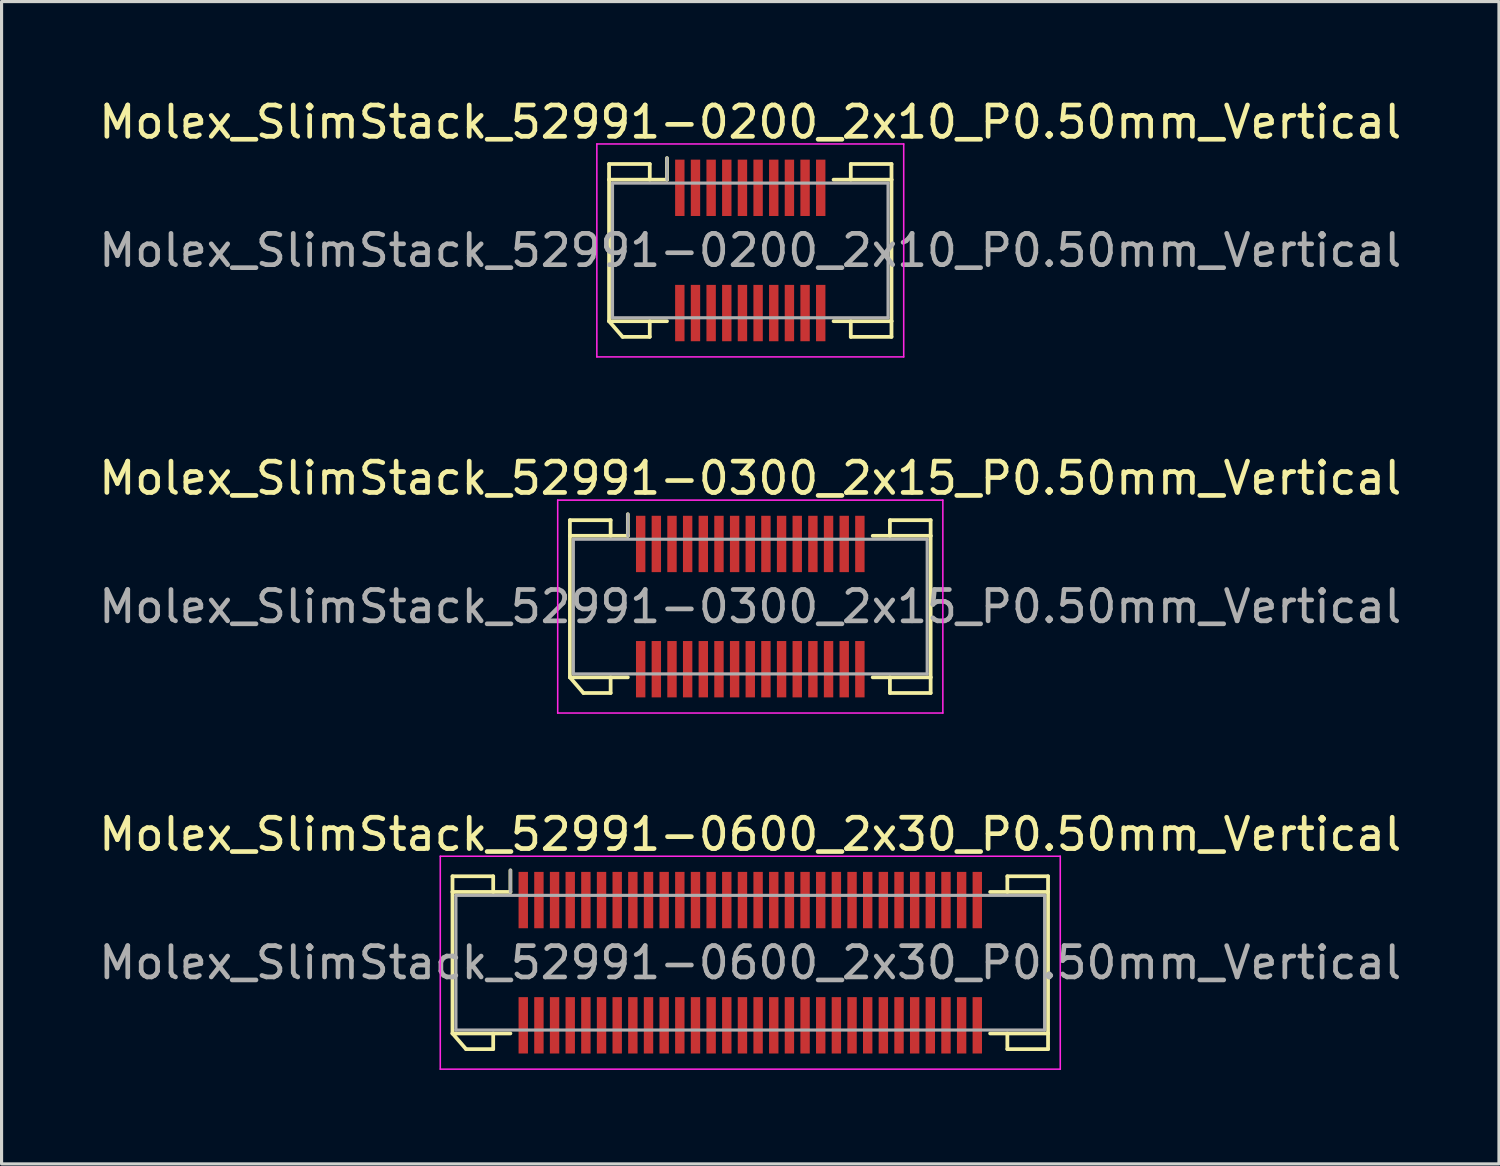
<source format=kicad_pcb>
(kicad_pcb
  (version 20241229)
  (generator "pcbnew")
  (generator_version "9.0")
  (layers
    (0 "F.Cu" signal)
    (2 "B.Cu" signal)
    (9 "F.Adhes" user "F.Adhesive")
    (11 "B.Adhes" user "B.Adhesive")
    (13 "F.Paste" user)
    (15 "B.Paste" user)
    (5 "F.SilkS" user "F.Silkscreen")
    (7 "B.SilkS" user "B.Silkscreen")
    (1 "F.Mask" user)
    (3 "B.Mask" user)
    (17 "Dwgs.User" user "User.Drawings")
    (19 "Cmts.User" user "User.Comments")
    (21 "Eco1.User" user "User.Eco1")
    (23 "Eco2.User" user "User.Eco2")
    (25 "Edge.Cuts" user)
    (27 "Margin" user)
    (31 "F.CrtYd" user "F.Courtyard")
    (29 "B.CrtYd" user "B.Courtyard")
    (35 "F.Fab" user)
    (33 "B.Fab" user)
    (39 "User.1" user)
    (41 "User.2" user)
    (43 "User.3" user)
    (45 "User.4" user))
  (footprint "Molex_SlimStack_52991-0600_2x30_P0.50mm_Vertical"
    (layer "F.Cu")
    (at 20.911 27.695)
    (property "Reference" "Molex_SlimStack_52991-0600_2x30_P0.50mm_Vertical" (at 0 -4.1 0) (layer "F.SilkS") (effects (font (size 1 1) (thickness 0.15))))
    (attr smd)
    (fp_line (start -9.51 -2.76) (end -8.21 -2.76) (stroke (width 0.12) (type solid)) (layer "F.SilkS"))
    (fp_line (start -9.51 -2.26) (end -9.51 -2.76) (stroke (width 0.12) (type solid)) (layer "F.SilkS"))
    (fp_line (start -9.51 -2.26) (end -7.66 -2.26) (stroke (width 0.12) (type solid)) (layer "F.SilkS"))
    (fp_line (start -9.51 2.26) (end -9.51 -2.26) (stroke (width 0.12) (type solid)) (layer "F.SilkS"))
    (fp_line (start -9.51 2.26) (end -9.077 2.76) (stroke (width 0.12) (type solid)) (layer "F.SilkS"))
    (fp_line (start -9.077 2.76) (end -8.21 2.76) (stroke (width 0.12) (type solid)) (layer "F.SilkS"))
    (fp_line (start -8.21 -2.76) (end -8.21 -2.26) (stroke (width 0.12) (type solid)) (layer "F.SilkS"))
    (fp_line (start -8.21 2.76) (end -8.21 2.26) (stroke (width 0.12) (type solid)) (layer "F.SilkS"))
    (fp_line (start -7.66 -2.26) (end -7.66 -2.95) (stroke (width 0.12) (type solid)) (layer "F.SilkS"))
    (fp_line (start -7.66 2.26) (end -9.51 2.26) (stroke (width 0.12) (type solid)) (layer "F.SilkS"))
    (fp_line (start 7.66 2.26) (end 9.51 2.26) (stroke (width 0.12) (type solid)) (layer "F.SilkS"))
    (fp_line (start 8.21 -2.76) (end 8.21 -2.26) (stroke (width 0.12) (type solid)) (layer "F.SilkS"))
    (fp_line (start 8.21 2.76) (end 8.21 2.26) (stroke (width 0.12) (type solid)) (layer "F.SilkS"))
    (fp_line (start 9.51 -2.76) (end 8.21 -2.76) (stroke (width 0.12) (type solid)) (layer "F.SilkS"))
    (fp_line (start 9.51 -2.26) (end 7.66 -2.26) (stroke (width 0.12) (type solid)) (layer "F.SilkS"))
    (fp_line (start 9.51 -2.26) (end 9.51 -2.76) (stroke (width 0.12) (type solid)) (layer "F.SilkS"))
    (fp_line (start 9.51 2.26) (end 9.51 -2.26) (stroke (width 0.12) (type solid)) (layer "F.SilkS"))
    (fp_line (start 9.51 2.26) (end 9.51 2.76) (stroke (width 0.12) (type solid)) (layer "F.SilkS"))
    (fp_line (start 9.51 2.76) (end 8.21 2.76) (stroke (width 0.12) (type solid)) (layer "F.SilkS"))
    (fp_line (start -9.9 -3.4) (end -9.9 3.4) (stroke (width 0.05) (type solid)) (layer "F.CrtYd"))
    (fp_line (start -9.9 3.4) (end 9.9 3.4) (stroke (width 0.05) (type solid)) (layer "F.CrtYd"))
    (fp_line (start 9.9 -3.4) (end -9.9 -3.4) (stroke (width 0.05) (type solid)) (layer "F.CrtYd"))
    (fp_line (start 9.9 3.4) (end 9.9 -3.4) (stroke (width 0.05) (type solid)) (layer "F.CrtYd"))
    (fp_line (start -9.4 -2.15) (end -9.4 2.15) (stroke (width 0.1) (type solid)) (layer "F.Fab"))
    (fp_line (start -9.4 2.15) (end 9.4 2.15) (stroke (width 0.1) (type solid)) (layer "F.Fab"))
    (fp_line (start -7.66 -2.26) (end -7.66 -2.95) (stroke (width 0.1) (type solid)) (layer "F.Fab"))
    (fp_line (start 9.4 -2.15) (end -9.4 -2.15) (stroke (width 0.1) (type solid)) (layer "F.Fab"))
    (fp_line (start 9.4 2.15) (end 9.4 -2.15) (stroke (width 0.1) (type solid)) (layer "F.Fab"))
    (fp_text user "${REFERENCE}" (at 0 0 0) (layer "F.Fab") (effects (font (size 1 1) (thickness 0.15))))
    (pad "1" smd rect (at -7.25 -2) (size 0.3 1.8) (layers "F.Cu" "F.Mask" "F.Paste"))
    (pad "2" smd rect (at -7.25 2) (size 0.3 1.8) (layers "F.Cu" "F.Mask" "F.Paste"))
    (pad "3" smd rect (at -6.75 -2) (size 0.3 1.8) (layers "F.Cu" "F.Mask" "F.Paste"))
    (pad "4" smd rect (at -6.75 2) (size 0.3 1.8) (layers "F.Cu" "F.Mask" "F.Paste"))
    (pad "5" smd rect (at -6.25 -2) (size 0.3 1.8) (layers "F.Cu" "F.Mask" "F.Paste"))
    (pad "6" smd rect (at -6.25 2) (size 0.3 1.8) (layers "F.Cu" "F.Mask" "F.Paste"))
    (pad "7" smd rect (at -5.75 -2) (size 0.3 1.8) (layers "F.Cu" "F.Mask" "F.Paste"))
    (pad "8" smd rect (at -5.75 2) (size 0.3 1.8) (layers "F.Cu" "F.Mask" "F.Paste"))
    (pad "9" smd rect (at -5.25 -2) (size 0.3 1.8) (layers "F.Cu" "F.Mask" "F.Paste"))
    (pad "10" smd rect (at -5.25 2) (size 0.3 1.8) (layers "F.Cu" "F.Mask" "F.Paste"))
    (pad "11" smd rect (at -4.75 -2) (size 0.3 1.8) (layers "F.Cu" "F.Mask" "F.Paste"))
    (pad "12" smd rect (at -4.75 2) (size 0.3 1.8) (layers "F.Cu" "F.Mask" "F.Paste"))
    (pad "13" smd rect (at -4.25 -2) (size 0.3 1.8) (layers "F.Cu" "F.Mask" "F.Paste"))
    (pad "14" smd rect (at -4.25 2) (size 0.3 1.8) (layers "F.Cu" "F.Mask" "F.Paste"))
    (pad "15" smd rect (at -3.75 -2) (size 0.3 1.8) (layers "F.Cu" "F.Mask" "F.Paste"))
    (pad "16" smd rect (at -3.75 2) (size 0.3 1.8) (layers "F.Cu" "F.Mask" "F.Paste"))
    (pad "17" smd rect (at -3.25 -2) (size 0.3 1.8) (layers "F.Cu" "F.Mask" "F.Paste"))
    (pad "18" smd rect (at -3.25 2) (size 0.3 1.8) (layers "F.Cu" "F.Mask" "F.Paste"))
    (pad "19" smd rect (at -2.75 -2) (size 0.3 1.8) (layers "F.Cu" "F.Mask" "F.Paste"))
    (pad "20" smd rect (at -2.75 2) (size 0.3 1.8) (layers "F.Cu" "F.Mask" "F.Paste"))
    (pad "21" smd rect (at -2.25 -2) (size 0.3 1.8) (layers "F.Cu" "F.Mask" "F.Paste"))
    (pad "22" smd rect (at -2.25 2) (size 0.3 1.8) (layers "F.Cu" "F.Mask" "F.Paste"))
    (pad "23" smd rect (at -1.75 -2) (size 0.3 1.8) (layers "F.Cu" "F.Mask" "F.Paste"))
    (pad "24" smd rect (at -1.75 2) (size 0.3 1.8) (layers "F.Cu" "F.Mask" "F.Paste"))
    (pad "25" smd rect (at -1.25 -2) (size 0.3 1.8) (layers "F.Cu" "F.Mask" "F.Paste"))
    (pad "26" smd rect (at -1.25 2) (size 0.3 1.8) (layers "F.Cu" "F.Mask" "F.Paste"))
    (pad "27" smd rect (at -0.75 -2) (size 0.3 1.8) (layers "F.Cu" "F.Mask" "F.Paste"))
    (pad "28" smd rect (at -0.75 2) (size 0.3 1.8) (layers "F.Cu" "F.Mask" "F.Paste"))
    (pad "29" smd rect (at -0.25 -2) (size 0.3 1.8) (layers "F.Cu" "F.Mask" "F.Paste"))
    (pad "30" smd rect (at -0.25 2) (size 0.3 1.8) (layers "F.Cu" "F.Mask" "F.Paste"))
    (pad "31" smd rect (at 0.25 -2) (size 0.3 1.8) (layers "F.Cu" "F.Mask" "F.Paste"))
    (pad "32" smd rect (at 0.25 2) (size 0.3 1.8) (layers "F.Cu" "F.Mask" "F.Paste"))
    (pad "33" smd rect (at 0.75 -2) (size 0.3 1.8) (layers "F.Cu" "F.Mask" "F.Paste"))
    (pad "34" smd rect (at 0.75 2) (size 0.3 1.8) (layers "F.Cu" "F.Mask" "F.Paste"))
    (pad "35" smd rect (at 1.25 -2) (size 0.3 1.8) (layers "F.Cu" "F.Mask" "F.Paste"))
    (pad "36" smd rect (at 1.25 2) (size 0.3 1.8) (layers "F.Cu" "F.Mask" "F.Paste"))
    (pad "37" smd rect (at 1.75 -2) (size 0.3 1.8) (layers "F.Cu" "F.Mask" "F.Paste"))
    (pad "38" smd rect (at 1.75 2) (size 0.3 1.8) (layers "F.Cu" "F.Mask" "F.Paste"))
    (pad "39" smd rect (at 2.25 -2) (size 0.3 1.8) (layers "F.Cu" "F.Mask" "F.Paste"))
    (pad "40" smd rect (at 2.25 2) (size 0.3 1.8) (layers "F.Cu" "F.Mask" "F.Paste"))
    (pad "41" smd rect (at 2.75 -2) (size 0.3 1.8) (layers "F.Cu" "F.Mask" "F.Paste"))
    (pad "42" smd rect (at 2.75 2) (size 0.3 1.8) (layers "F.Cu" "F.Mask" "F.Paste"))
    (pad "43" smd rect (at 3.25 -2) (size 0.3 1.8) (layers "F.Cu" "F.Mask" "F.Paste"))
    (pad "44" smd rect (at 3.25 2) (size 0.3 1.8) (layers "F.Cu" "F.Mask" "F.Paste"))
    (pad "45" smd rect (at 3.75 -2) (size 0.3 1.8) (layers "F.Cu" "F.Mask" "F.Paste"))
    (pad "46" smd rect (at 3.75 2) (size 0.3 1.8) (layers "F.Cu" "F.Mask" "F.Paste"))
    (pad "47" smd rect (at 4.25 -2) (size 0.3 1.8) (layers "F.Cu" "F.Mask" "F.Paste"))
    (pad "48" smd rect (at 4.25 2) (size 0.3 1.8) (layers "F.Cu" "F.Mask" "F.Paste"))
    (pad "49" smd rect (at 4.75 -2) (size 0.3 1.8) (layers "F.Cu" "F.Mask" "F.Paste"))
    (pad "50" smd rect (at 4.75 2) (size 0.3 1.8) (layers "F.Cu" "F.Mask" "F.Paste"))
    (pad "51" smd rect (at 5.25 -2) (size 0.3 1.8) (layers "F.Cu" "F.Mask" "F.Paste"))
    (pad "52" smd rect (at 5.25 2) (size 0.3 1.8) (layers "F.Cu" "F.Mask" "F.Paste"))
    (pad "53" smd rect (at 5.75 -2) (size 0.3 1.8) (layers "F.Cu" "F.Mask" "F.Paste"))
    (pad "54" smd rect (at 5.75 2) (size 0.3 1.8) (layers "F.Cu" "F.Mask" "F.Paste"))
    (pad "55" smd rect (at 6.25 -2) (size 0.3 1.8) (layers "F.Cu" "F.Mask" "F.Paste"))
    (pad "56" smd rect (at 6.25 2) (size 0.3 1.8) (layers "F.Cu" "F.Mask" "F.Paste"))
    (pad "57" smd rect (at 6.75 -2) (size 0.3 1.8) (layers "F.Cu" "F.Mask" "F.Paste"))
    (pad "58" smd rect (at 6.75 2) (size 0.3 1.8) (layers "F.Cu" "F.Mask" "F.Paste"))
    (pad "59" smd rect (at 7.25 -2) (size 0.3 1.8) (layers "F.Cu" "F.Mask" "F.Paste"))
    (pad "60" smd rect (at 7.25 2) (size 0.3 1.8) (layers "F.Cu" "F.Mask" "F.Paste")))
  (footprint "Molex_SlimStack_52991-0200_2x10_P0.50mm_Vertical"
    (layer "F.Cu")
    (at 20.911 4.948)
    (property "Reference" "Molex_SlimStack_52991-0200_2x10_P0.50mm_Vertical" (at 0 -4.1 0) (layer "F.SilkS") (effects (font (size 1 1) (thickness 0.15))))
    (attr smd)
    (fp_line (start -4.51 -2.76) (end -3.21 -2.76) (stroke (width 0.12) (type solid)) (layer "F.SilkS"))
    (fp_line (start -4.51 -2.26) (end -4.51 -2.76) (stroke (width 0.12) (type solid)) (layer "F.SilkS"))
    (fp_line (start -4.51 -2.26) (end -2.66 -2.26) (stroke (width 0.12) (type solid)) (layer "F.SilkS"))
    (fp_line (start -4.51 2.26) (end -4.51 -2.26) (stroke (width 0.12) (type solid)) (layer "F.SilkS"))
    (fp_line (start -4.51 2.26) (end -4.077 2.76) (stroke (width 0.12) (type solid)) (layer "F.SilkS"))
    (fp_line (start -4.077 2.76) (end -3.21 2.76) (stroke (width 0.12) (type solid)) (layer "F.SilkS"))
    (fp_line (start -3.21 -2.76) (end -3.21 -2.26) (stroke (width 0.12) (type solid)) (layer "F.SilkS"))
    (fp_line (start -3.21 2.76) (end -3.21 2.26) (stroke (width 0.12) (type solid)) (layer "F.SilkS"))
    (fp_line (start -2.66 -2.26) (end -2.66 -2.95) (stroke (width 0.12) (type solid)) (layer "F.SilkS"))
    (fp_line (start -2.66 2.26) (end -4.51 2.26) (stroke (width 0.12) (type solid)) (layer "F.SilkS"))
    (fp_line (start 2.66 2.26) (end 4.51 2.26) (stroke (width 0.12) (type solid)) (layer "F.SilkS"))
    (fp_line (start 3.21 -2.76) (end 3.21 -2.26) (stroke (width 0.12) (type solid)) (layer "F.SilkS"))
    (fp_line (start 3.21 2.76) (end 3.21 2.26) (stroke (width 0.12) (type solid)) (layer "F.SilkS"))
    (fp_line (start 4.51 -2.76) (end 3.21 -2.76) (stroke (width 0.12) (type solid)) (layer "F.SilkS"))
    (fp_line (start 4.51 -2.26) (end 2.66 -2.26) (stroke (width 0.12) (type solid)) (layer "F.SilkS"))
    (fp_line (start 4.51 -2.26) (end 4.51 -2.76) (stroke (width 0.12) (type solid)) (layer "F.SilkS"))
    (fp_line (start 4.51 2.26) (end 4.51 -2.26) (stroke (width 0.12) (type solid)) (layer "F.SilkS"))
    (fp_line (start 4.51 2.26) (end 4.51 2.76) (stroke (width 0.12) (type solid)) (layer "F.SilkS"))
    (fp_line (start 4.51 2.76) (end 3.21 2.76) (stroke (width 0.12) (type solid)) (layer "F.SilkS"))
    (fp_line (start -4.9 -3.4) (end -4.9 3.4) (stroke (width 0.05) (type solid)) (layer "F.CrtYd"))
    (fp_line (start -4.9 3.4) (end 4.9 3.4) (stroke (width 0.05) (type solid)) (layer "F.CrtYd"))
    (fp_line (start 4.9 -3.4) (end -4.9 -3.4) (stroke (width 0.05) (type solid)) (layer "F.CrtYd"))
    (fp_line (start 4.9 3.4) (end 4.9 -3.4) (stroke (width 0.05) (type solid)) (layer "F.CrtYd"))
    (fp_line (start -4.4 -2.15) (end -4.4 2.15) (stroke (width 0.1) (type solid)) (layer "F.Fab"))
    (fp_line (start -4.4 2.15) (end 4.4 2.15) (stroke (width 0.1) (type solid)) (layer "F.Fab"))
    (fp_line (start -2.66 -2.26) (end -2.66 -2.95) (stroke (width 0.1) (type solid)) (layer "F.Fab"))
    (fp_line (start 4.4 -2.15) (end -4.4 -2.15) (stroke (width 0.1) (type solid)) (layer "F.Fab"))
    (fp_line (start 4.4 2.15) (end 4.4 -2.15) (stroke (width 0.1) (type solid)) (layer "F.Fab"))
    (fp_text user "${REFERENCE}" (at 0 0 0) (layer "F.Fab") (effects (font (size 1 1) (thickness 0.15))))
    (pad "1" smd rect (at -2.25 -2) (size 0.3 1.8) (layers "F.Cu" "F.Mask" "F.Paste"))
    (pad "2" smd rect (at -2.25 2) (size 0.3 1.8) (layers "F.Cu" "F.Mask" "F.Paste"))
    (pad "3" smd rect (at -1.75 -2) (size 0.3 1.8) (layers "F.Cu" "F.Mask" "F.Paste"))
    (pad "4" smd rect (at -1.75 2) (size 0.3 1.8) (layers "F.Cu" "F.Mask" "F.Paste"))
    (pad "5" smd rect (at -1.25 -2) (size 0.3 1.8) (layers "F.Cu" "F.Mask" "F.Paste"))
    (pad "6" smd rect (at -1.25 2) (size 0.3 1.8) (layers "F.Cu" "F.Mask" "F.Paste"))
    (pad "7" smd rect (at -0.75 -2) (size 0.3 1.8) (layers "F.Cu" "F.Mask" "F.Paste"))
    (pad "8" smd rect (at -0.75 2) (size 0.3 1.8) (layers "F.Cu" "F.Mask" "F.Paste"))
    (pad "9" smd rect (at -0.25 -2) (size 0.3 1.8) (layers "F.Cu" "F.Mask" "F.Paste"))
    (pad "10" smd rect (at -0.25 2) (size 0.3 1.8) (layers "F.Cu" "F.Mask" "F.Paste"))
    (pad "11" smd rect (at 0.25 -2) (size 0.3 1.8) (layers "F.Cu" "F.Mask" "F.Paste"))
    (pad "12" smd rect (at 0.25 2) (size 0.3 1.8) (layers "F.Cu" "F.Mask" "F.Paste"))
    (pad "13" smd rect (at 0.75 -2) (size 0.3 1.8) (layers "F.Cu" "F.Mask" "F.Paste"))
    (pad "14" smd rect (at 0.75 2) (size 0.3 1.8) (layers "F.Cu" "F.Mask" "F.Paste"))
    (pad "15" smd rect (at 1.25 -2) (size 0.3 1.8) (layers "F.Cu" "F.Mask" "F.Paste"))
    (pad "16" smd rect (at 1.25 2) (size 0.3 1.8) (layers "F.Cu" "F.Mask" "F.Paste"))
    (pad "17" smd rect (at 1.75 -2) (size 0.3 1.8) (layers "F.Cu" "F.Mask" "F.Paste"))
    (pad "18" smd rect (at 1.75 2) (size 0.3 1.8) (layers "F.Cu" "F.Mask" "F.Paste"))
    (pad "19" smd rect (at 2.25 -2) (size 0.3 1.8) (layers "F.Cu" "F.Mask" "F.Paste"))
    (pad "20" smd rect (at 2.25 2) (size 0.3 1.8) (layers "F.Cu" "F.Mask" "F.Paste")))
  (footprint "Molex_SlimStack_52991-0300_2x15_P0.50mm_Vertical"
    (layer "F.Cu")
    (at 20.911 16.322)
    (property "Reference" "Molex_SlimStack_52991-0300_2x15_P0.50mm_Vertical" (at 0 -4.1 0) (layer "F.SilkS") (effects (font (size 1 1) (thickness 0.15))))
    (attr smd)
    (fp_line (start -5.76 -2.76) (end -4.46 -2.76) (stroke (width 0.12) (type solid)) (layer "F.SilkS"))
    (fp_line (start -5.76 -2.26) (end -5.76 -2.76) (stroke (width 0.12) (type solid)) (layer "F.SilkS"))
    (fp_line (start -5.76 -2.26) (end -3.91 -2.26) (stroke (width 0.12) (type solid)) (layer "F.SilkS"))
    (fp_line (start -5.76 2.26) (end -5.76 -2.26) (stroke (width 0.12) (type solid)) (layer "F.SilkS"))
    (fp_line (start -5.76 2.26) (end -5.327 2.76) (stroke (width 0.12) (type solid)) (layer "F.SilkS"))
    (fp_line (start -5.327 2.76) (end -4.46 2.76) (stroke (width 0.12) (type solid)) (layer "F.SilkS"))
    (fp_line (start -4.46 -2.76) (end -4.46 -2.26) (stroke (width 0.12) (type solid)) (layer "F.SilkS"))
    (fp_line (start -4.46 2.76) (end -4.46 2.26) (stroke (width 0.12) (type solid)) (layer "F.SilkS"))
    (fp_line (start -3.91 -2.26) (end -3.91 -2.95) (stroke (width 0.12) (type solid)) (layer "F.SilkS"))
    (fp_line (start -3.91 2.26) (end -5.76 2.26) (stroke (width 0.12) (type solid)) (layer "F.SilkS"))
    (fp_line (start 3.91 2.26) (end 5.76 2.26) (stroke (width 0.12) (type solid)) (layer "F.SilkS"))
    (fp_line (start 4.46 -2.76) (end 4.46 -2.26) (stroke (width 0.12) (type solid)) (layer "F.SilkS"))
    (fp_line (start 4.46 2.76) (end 4.46 2.26) (stroke (width 0.12) (type solid)) (layer "F.SilkS"))
    (fp_line (start 5.76 -2.76) (end 4.46 -2.76) (stroke (width 0.12) (type solid)) (layer "F.SilkS"))
    (fp_line (start 5.76 -2.26) (end 3.91 -2.26) (stroke (width 0.12) (type solid)) (layer "F.SilkS"))
    (fp_line (start 5.76 -2.26) (end 5.76 -2.76) (stroke (width 0.12) (type solid)) (layer "F.SilkS"))
    (fp_line (start 5.76 2.26) (end 5.76 -2.26) (stroke (width 0.12) (type solid)) (layer "F.SilkS"))
    (fp_line (start 5.76 2.26) (end 5.76 2.76) (stroke (width 0.12) (type solid)) (layer "F.SilkS"))
    (fp_line (start 5.76 2.76) (end 4.46 2.76) (stroke (width 0.12) (type solid)) (layer "F.SilkS"))
    (fp_line (start -6.15 -3.4) (end -6.15 3.4) (stroke (width 0.05) (type solid)) (layer "F.CrtYd"))
    (fp_line (start -6.15 3.4) (end 6.15 3.4) (stroke (width 0.05) (type solid)) (layer "F.CrtYd"))
    (fp_line (start 6.15 -3.4) (end -6.15 -3.4) (stroke (width 0.05) (type solid)) (layer "F.CrtYd"))
    (fp_line (start 6.15 3.4) (end 6.15 -3.4) (stroke (width 0.05) (type solid)) (layer "F.CrtYd"))
    (fp_line (start -5.65 -2.15) (end -5.65 2.15) (stroke (width 0.1) (type solid)) (layer "F.Fab"))
    (fp_line (start -5.65 2.15) (end 5.65 2.15) (stroke (width 0.1) (type solid)) (layer "F.Fab"))
    (fp_line (start -3.91 -2.26) (end -3.91 -2.95) (stroke (width 0.1) (type solid)) (layer "F.Fab"))
    (fp_line (start 5.65 -2.15) (end -5.65 -2.15) (stroke (width 0.1) (type solid)) (layer "F.Fab"))
    (fp_line (start 5.65 2.15) (end 5.65 -2.15) (stroke (width 0.1) (type solid)) (layer "F.Fab"))
    (fp_text user "${REFERENCE}" (at 0 0 0) (layer "F.Fab") (effects (font (size 1 1) (thickness 0.15))))
    (pad "1" smd rect (at -3.5 -2) (size 0.3 1.8) (layers "F.Cu" "F.Mask" "F.Paste"))
    (pad "2" smd rect (at -3.5 2) (size 0.3 1.8) (layers "F.Cu" "F.Mask" "F.Paste"))
    (pad "3" smd rect (at -3 -2) (size 0.3 1.8) (layers "F.Cu" "F.Mask" "F.Paste"))
    (pad "4" smd rect (at -3 2) (size 0.3 1.8) (layers "F.Cu" "F.Mask" "F.Paste"))
    (pad "5" smd rect (at -2.5 -2) (size 0.3 1.8) (layers "F.Cu" "F.Mask" "F.Paste"))
    (pad "6" smd rect (at -2.5 2) (size 0.3 1.8) (layers "F.Cu" "F.Mask" "F.Paste"))
    (pad "7" smd rect (at -2 -2) (size 0.3 1.8) (layers "F.Cu" "F.Mask" "F.Paste"))
    (pad "8" smd rect (at -2 2) (size 0.3 1.8) (layers "F.Cu" "F.Mask" "F.Paste"))
    (pad "9" smd rect (at -1.5 -2) (size 0.3 1.8) (layers "F.Cu" "F.Mask" "F.Paste"))
    (pad "10" smd rect (at -1.5 2) (size 0.3 1.8) (layers "F.Cu" "F.Mask" "F.Paste"))
    (pad "11" smd rect (at -1 -2) (size 0.3 1.8) (layers "F.Cu" "F.Mask" "F.Paste"))
    (pad "12" smd rect (at -1 2) (size 0.3 1.8) (layers "F.Cu" "F.Mask" "F.Paste"))
    (pad "13" smd rect (at -0.5 -2) (size 0.3 1.8) (layers "F.Cu" "F.Mask" "F.Paste"))
    (pad "14" smd rect (at -0.5 2) (size 0.3 1.8) (layers "F.Cu" "F.Mask" "F.Paste"))
    (pad "15" smd rect (at 0 -2) (size 0.3 1.8) (layers "F.Cu" "F.Mask" "F.Paste"))
    (pad "16" smd rect (at 0 2) (size 0.3 1.8) (layers "F.Cu" "F.Mask" "F.Paste"))
    (pad "17" smd rect (at 0.5 -2) (size 0.3 1.8) (layers "F.Cu" "F.Mask" "F.Paste"))
    (pad "18" smd rect (at 0.5 2) (size 0.3 1.8) (layers "F.Cu" "F.Mask" "F.Paste"))
    (pad "19" smd rect (at 1 -2) (size 0.3 1.8) (layers "F.Cu" "F.Mask" "F.Paste"))
    (pad "20" smd rect (at 1 2) (size 0.3 1.8) (layers "F.Cu" "F.Mask" "F.Paste"))
    (pad "21" smd rect (at 1.5 -2) (size 0.3 1.8) (layers "F.Cu" "F.Mask" "F.Paste"))
    (pad "22" smd rect (at 1.5 2) (size 0.3 1.8) (layers "F.Cu" "F.Mask" "F.Paste"))
    (pad "23" smd rect (at 2 -2) (size 0.3 1.8) (layers "F.Cu" "F.Mask" "F.Paste"))
    (pad "24" smd rect (at 2 2) (size 0.3 1.8) (layers "F.Cu" "F.Mask" "F.Paste"))
    (pad "25" smd rect (at 2.5 -2) (size 0.3 1.8) (layers "F.Cu" "F.Mask" "F.Paste"))
    (pad "26" smd rect (at 2.5 2) (size 0.3 1.8) (layers "F.Cu" "F.Mask" "F.Paste"))
    (pad "27" smd rect (at 3 -2) (size 0.3 1.8) (layers "F.Cu" "F.Mask" "F.Paste"))
    (pad "28" smd rect (at 3 2) (size 0.3 1.8) (layers "F.Cu" "F.Mask" "F.Paste"))
    (pad "29" smd rect (at 3.5 -2) (size 0.3 1.8) (layers "F.Cu" "F.Mask" "F.Paste"))
    (pad "30" smd rect (at 3.5 2) (size 0.3 1.8) (layers "F.Cu" "F.Mask" "F.Paste")))
  (gr_rect
    (start -3 -3)
    (end 44.821 34.12)
    (stroke (width 0.1) (type default))
    (fill no)
    (layer "Edge.Cuts")))
</source>
